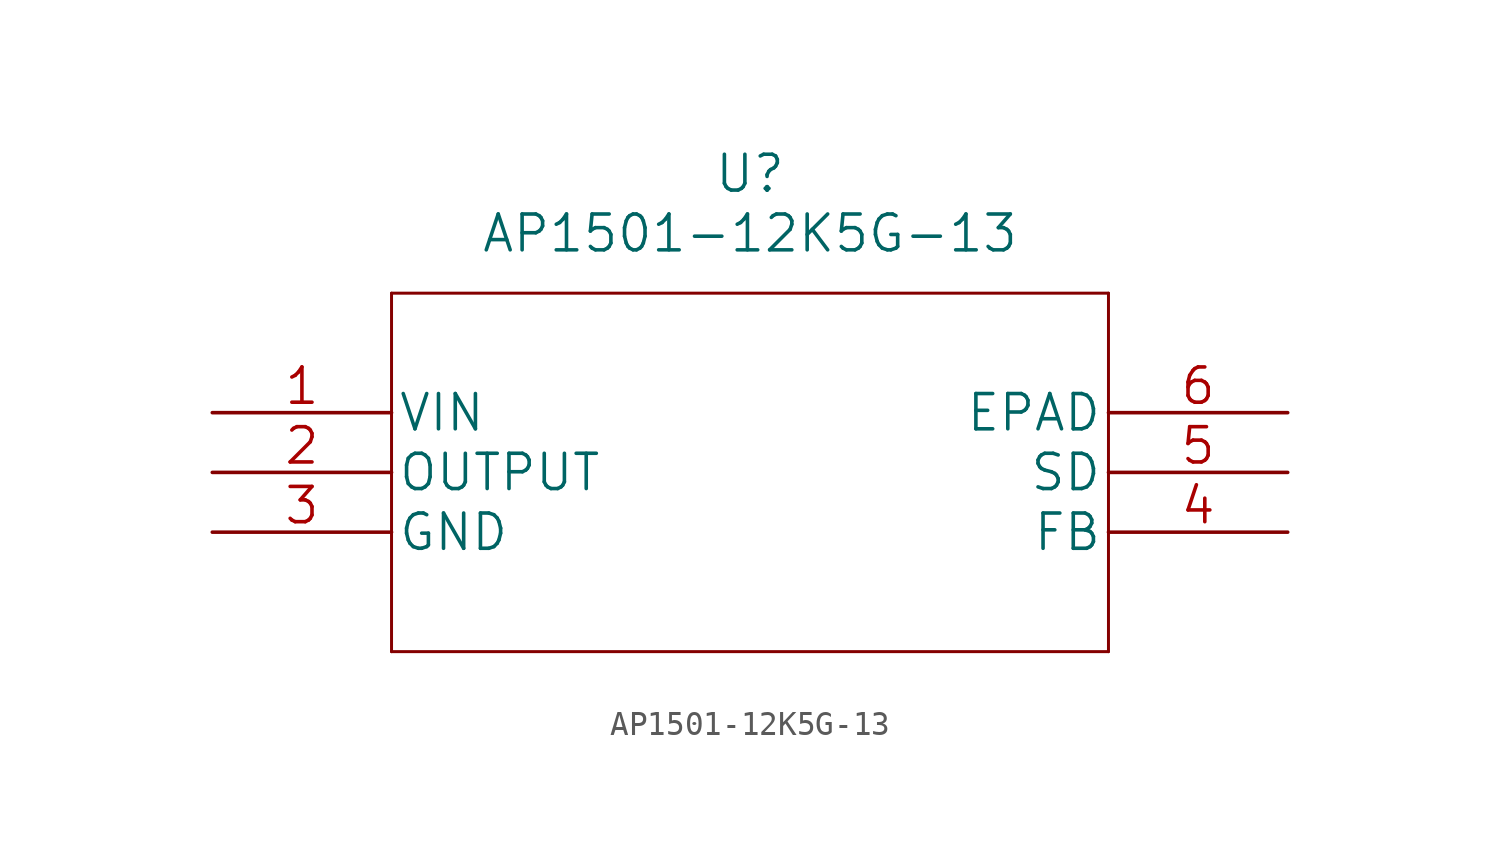
<source format=kicad_sym>
(kicad_symbol_lib
  (version 20211014)
  (generator kicad_symbol_editor)
  (symbol "AP1501-12K5G-13"
    (pin_names
      (offset 0.254))
    (property "Reference" "U"
      (at 22.86 10.16 0)
      (effects (font (size 1.524 1.524))))
    (property "Value" "AP1501-12K5G-13"
      (at 22.86 7.62 0)
      (effects (font (size 1.524 1.524))))
    (property "Datasheet" ""
      (at 0 0 0)
      (effects (font (size 1.524 1.524))))
    (property "ki_locked" ""
      (at 0 0 0)
      (effects (font (size 1.27 1.27))))
    (symbol "AP1501-12K5G-13_1_1"
      (polyline (pts (xy 7.62 -10.16) (xy 38.1 -10.16)) (stroke (width 0.127) (type default) (color 0 0 0 0)) (fill (type none)))
      (polyline (pts (xy 7.62 5.08) (xy 7.62 -10.16)) (stroke (width 0.127) (type default) (color 0 0 0 0)) (fill (type none)))
      (polyline (pts (xy 38.1 -10.16) (xy 38.1 5.08)) (stroke (width 0.127) (type default) (color 0 0 0 0)) (fill (type none)))
      (polyline (pts (xy 38.1 5.08) (xy 7.62 5.08)) (stroke (width 0.127) (type default) (color 0 0 0 0)) (fill (type none)))
      (pin input line (at 0 0 0) (length 7.62) (name "VIN" (effects (font (size 1.499 1.499)))) (number "1" (effects (font (size 1.499 1.499)))))
      (pin output line (at 0 -2.54 0) (length 7.62) (name "OUTPUT" (effects (font (size 1.499 1.499)))) (number "2" (effects (font (size 1.499 1.499)))))
      (pin power_in line (at 0 -5.08 0) (length 7.62) (name "GND" (effects (font (size 1.499 1.499)))) (number "3" (effects (font (size 1.499 1.499)))))
      (pin output line (at 45.72 -5.08 180) (length 7.62) (name "FB" (effects (font (size 1.499 1.499)))) (number "4" (effects (font (size 1.499 1.499)))))
      (pin unspecified line (at 45.72 -2.54 180) (length 7.62) (name "SD" (effects (font (size 1.499 1.499)))) (number "5" (effects (font (size 1.499 1.499)))))
      (pin unspecified line (at 45.72 0 180) (length 7.62) (name "EPAD" (effects (font (size 1.499 1.499)))) (number "6" (effects (font (size 1.499 1.499))))))))
</source>
